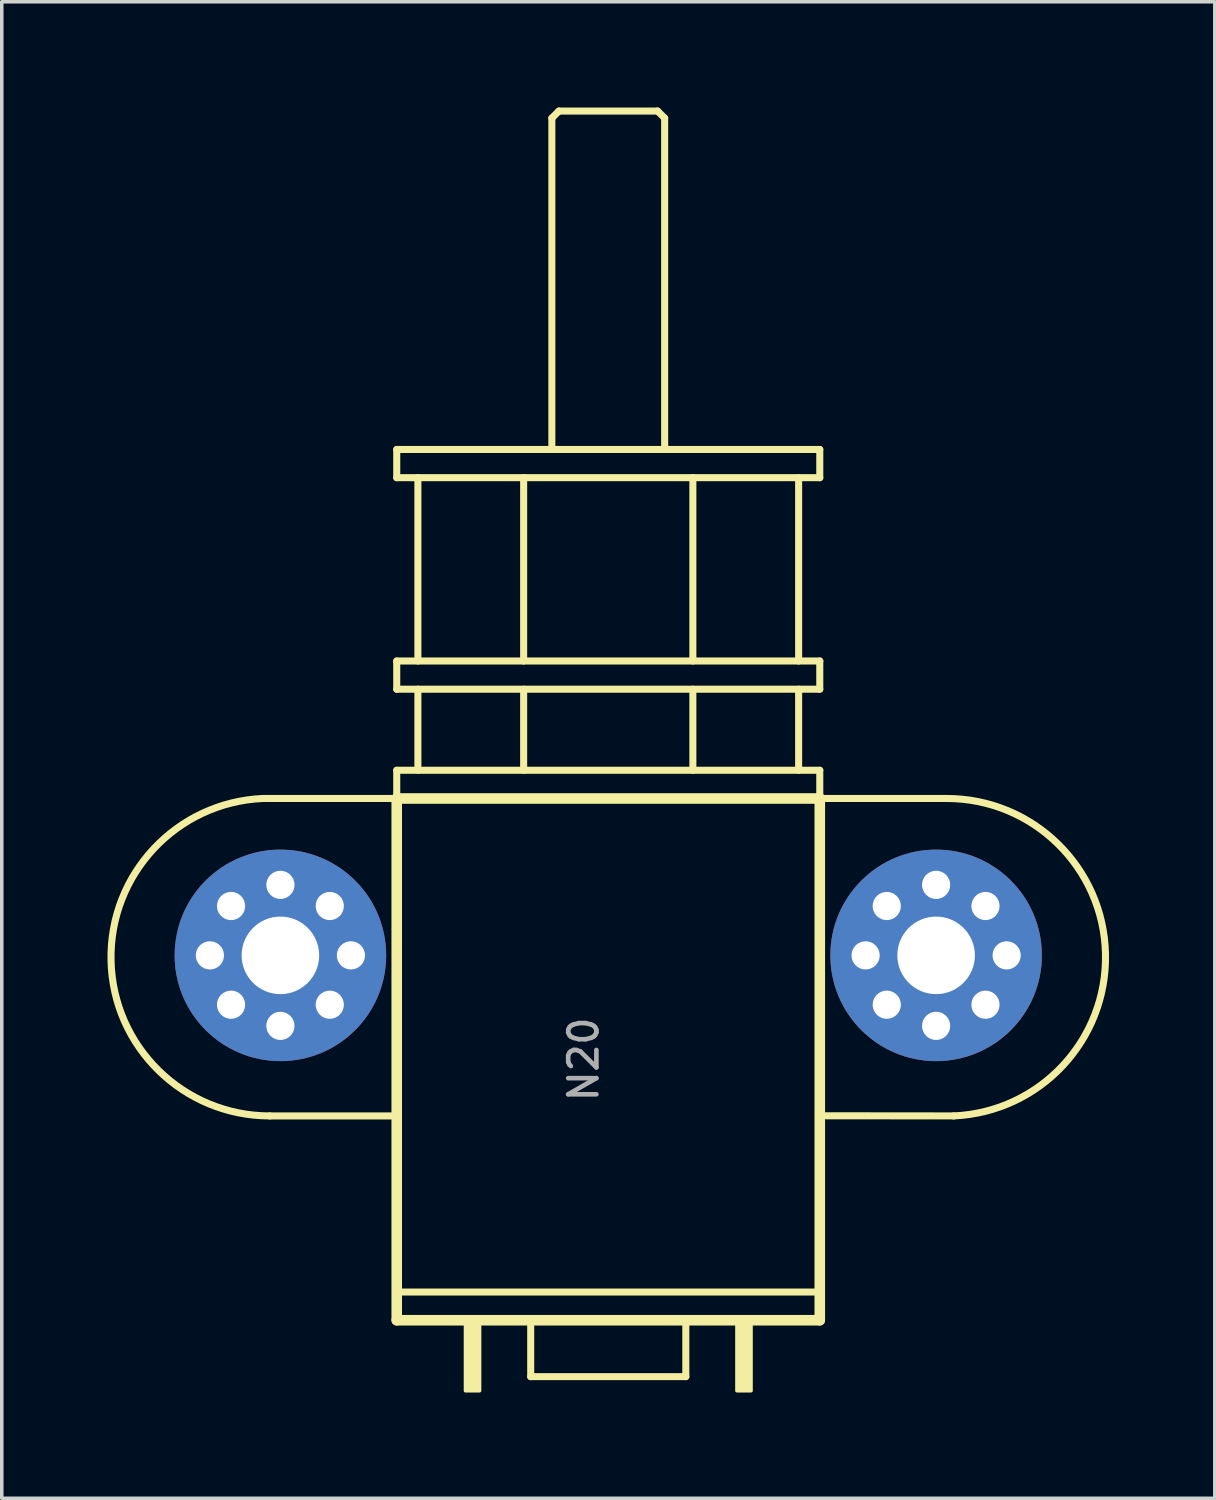
<source format=kicad_pcb>
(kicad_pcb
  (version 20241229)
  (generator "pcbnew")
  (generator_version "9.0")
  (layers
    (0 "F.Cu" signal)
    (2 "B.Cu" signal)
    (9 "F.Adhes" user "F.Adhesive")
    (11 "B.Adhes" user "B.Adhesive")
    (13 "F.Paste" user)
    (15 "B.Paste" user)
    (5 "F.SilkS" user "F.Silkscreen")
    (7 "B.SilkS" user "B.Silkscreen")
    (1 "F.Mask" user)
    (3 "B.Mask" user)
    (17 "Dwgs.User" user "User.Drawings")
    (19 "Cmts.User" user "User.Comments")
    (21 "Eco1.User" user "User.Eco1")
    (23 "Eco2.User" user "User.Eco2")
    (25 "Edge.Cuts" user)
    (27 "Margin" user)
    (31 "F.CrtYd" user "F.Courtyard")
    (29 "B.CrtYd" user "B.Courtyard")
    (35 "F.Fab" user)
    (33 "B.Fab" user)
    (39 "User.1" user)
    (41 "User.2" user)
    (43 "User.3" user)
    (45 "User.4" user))
  (footprint "N20"
    (layer "F.Cu")
    (at 14.204 27)
    (property "Reference" "N20" (at -0.7 0 270) (layer "F.Fab") (effects (font (size 0.8 0.8) (thickness 0.13))))
    (attr through_hole)
    (fp_line (start -9.8 -7.4) (end -6 -7.4) (stroke (width 0.2) (type solid)) (layer "F.SilkS"))
    (fp_line (start -9.6 1.604) (end -6 1.604) (stroke (width 0.2) (type solid)) (layer "F.SilkS"))
    (fp_line (start -6 -16.5) (end -6 -17.3) (stroke (width 0.2) (type solid)) (layer "F.SilkS"))
    (fp_line (start -6 -10.5) (end -6 -11.3) (stroke (width 0.2) (type solid)) (layer "F.SilkS"))
    (fp_line (start -6 -7.4) (end -6 -8.2) (stroke (width 0.2) (type solid)) (layer "F.SilkS"))
    (fp_line (start -6 -7.4) (end -6 7.4) (stroke (width 0.3) (type solid)) (layer "F.SilkS"))
    (fp_line (start -6 -7.4) (end 6 -7.4) (stroke (width 0.3) (type solid)) (layer "F.SilkS"))
    (fp_line (start -6 6.6) (end 6 6.6) (stroke (width 0.2) (type solid)) (layer "F.SilkS"))
    (fp_line (start -6 7.4) (end 6 7.4) (stroke (width 0.3) (type solid)) (layer "F.SilkS"))
    (fp_line (start -5.4 -16.5) (end -5.4 -11.3) (stroke (width 0.2) (type solid)) (layer "F.SilkS"))
    (fp_line (start -5.4 -10.5) (end -5.4 -8.2) (stroke (width 0.2) (type solid)) (layer "F.SilkS"))
    (fp_line (start -2.4 -16.5) (end -2.4 -11.3) (stroke (width 0.2) (type solid)) (layer "F.SilkS"))
    (fp_line (start -2.4 -10.5) (end -2.4 -8.2) (stroke (width 0.2) (type solid)) (layer "F.SilkS"))
    (fp_line (start -2.2 9) (end -2.2 7.4) (stroke (width 0.2) (type solid)) (layer "F.SilkS"))
    (fp_line (start -2.2 9) (end 2.2 9) (stroke (width 0.2) (type solid)) (layer "F.SilkS"))
    (fp_line (start -1.6 -26.7) (end -1.6 -17.3) (stroke (width 0.2) (type solid)) (layer "F.SilkS"))
    (fp_line (start -1.4 -26.9) (end -1.6 -26.7) (stroke (width 0.2) (type solid)) (layer "F.SilkS"))
    (fp_line (start -1.4 -26.9) (end 1.4 -26.9) (stroke (width 0.2) (type solid)) (layer "F.SilkS"))
    (fp_line (start 1.6 -26.7) (end 1.4 -26.9) (stroke (width 0.2) (type solid)) (layer "F.SilkS"))
    (fp_line (start 1.6 -26.7) (end 1.6 -17.3) (stroke (width 0.2) (type solid)) (layer "F.SilkS"))
    (fp_line (start 2.2 9) (end 2.2 7.4) (stroke (width 0.2) (type solid)) (layer "F.SilkS"))
    (fp_line (start 2.4 -16.5) (end 2.4 -11.3) (stroke (width 0.2) (type solid)) (layer "F.SilkS"))
    (fp_line (start 2.4 -10.5) (end 2.4 -8.2) (stroke (width 0.2) (type solid)) (layer "F.SilkS"))
    (fp_line (start 5.4 -16.5) (end 5.4 -11.3) (stroke (width 0.2) (type solid)) (layer "F.SilkS"))
    (fp_line (start 5.4 -10.5) (end 5.4 -8.2) (stroke (width 0.2) (type solid)) (layer "F.SilkS"))
    (fp_line (start 6 -17.3) (end -6 -17.3) (stroke (width 0.2) (type solid)) (layer "F.SilkS"))
    (fp_line (start 6 -16.5) (end -6 -16.5) (stroke (width 0.2) (type solid)) (layer "F.SilkS"))
    (fp_line (start 6 -16.5) (end 6 -17.3) (stroke (width 0.2) (type solid)) (layer "F.SilkS"))
    (fp_line (start 6 -11.3) (end -6 -11.3) (stroke (width 0.2) (type solid)) (layer "F.SilkS"))
    (fp_line (start 6 -10.5) (end -6 -10.5) (stroke (width 0.2) (type solid)) (layer "F.SilkS"))
    (fp_line (start 6 -10.5) (end 6 -11.3) (stroke (width 0.2) (type solid)) (layer "F.SilkS"))
    (fp_line (start 6 -8.2) (end -6 -8.2) (stroke (width 0.2) (type solid)) (layer "F.SilkS"))
    (fp_line (start 6 -7.4) (end 6 -8.2) (stroke (width 0.2) (type solid)) (layer "F.SilkS"))
    (fp_line (start 6 -7.4) (end 6 7.4) (stroke (width 0.3) (type solid)) (layer "F.SilkS"))
    (fp_line (start 6 -7.4) (end 9.6 -7.4) (stroke (width 0.2) (type solid)) (layer "F.SilkS"))
    (fp_line (start 6 1.6) (end 9.8 1.604) (stroke (width 0.2) (type solid)) (layer "F.SilkS"))
    (fp_arc (start -9.599798 1.604442) (mid -14.103329 -2.799874) (end -9.8 -7.4) (stroke (width 0.2) (type solid)) (layer "F.SilkS"))
    (fp_arc (start 9.599798 -7.4) (mid 14.103329 -2.995684) (end 9.8 1.604442) (stroke (width 0.2) (type solid)) (layer "F.SilkS"))
    (fp_poly (pts (xy -3.65 9.4) (xy -4.05 9.4) (xy -4.05 7.4) (xy -3.65 7.4)) (stroke (width 0.1) (type solid)) (fill yes) (layer "F.SilkS"))
    (fp_poly (pts (xy 4.05 9.4) (xy 3.65 9.4) (xy 3.65 7.4) (xy 4.05 7.4)) (stroke (width 0.1) (type solid)) (fill yes) (layer "F.SilkS"))
    (pad "" thru_hole circle (at -11.3 -2.95) (size 1 1) (drill 0.8) (layers "*.Cu" "*.Mask"))
    (pad "" thru_hole circle (at -10.7 -4.35) (size 1 1) (drill 0.8) (layers "*.Cu" "*.Mask"))
    (pad "" thru_hole circle (at -10.7 -1.55) (size 1 1) (drill 0.8) (layers "*.Cu" "*.Mask"))
    (pad "" thru_hole circle (at -9.3 -4.95) (size 1 1) (drill 0.8) (layers "*.Cu" "*.Mask"))
    (pad "" thru_hole circle (at -9.3 -2.95) (size 6 6) (drill 2.2) (layers "*.Cu" "*.Mask"))
    (pad "" thru_hole circle (at -9.3 -0.95) (size 1 1) (drill 0.8) (layers "*.Cu" "*.Mask"))
    (pad "" thru_hole circle (at -7.9 -4.35) (size 1 1) (drill 0.8) (layers "*.Cu" "*.Mask"))
    (pad "" thru_hole circle (at -7.9 -1.55) (size 1 1) (drill 0.8) (layers "*.Cu" "*.Mask"))
    (pad "" thru_hole circle (at -7.3 -2.95) (size 1 1) (drill 0.8) (layers "*.Cu" "*.Mask"))
    (pad "" thru_hole circle (at 7.3 -2.95) (size 1 1) (drill 0.8) (layers "*.Cu" "*.Mask"))
    (pad "" thru_hole circle (at 7.9 -4.35) (size 1 1) (drill 0.8) (layers "*.Cu" "*.Mask"))
    (pad "" thru_hole circle (at 7.9 -1.55) (size 1 1) (drill 0.8) (layers "*.Cu" "*.Mask"))
    (pad "" thru_hole circle (at 9.3 -4.95) (size 1 1) (drill 0.8) (layers "*.Cu" "*.Mask"))
    (pad "" thru_hole circle (at 9.3 -2.95) (size 6 6) (drill 2.2) (layers "*.Cu" "*.Mask"))
    (pad "" thru_hole circle (at 9.3 -0.95) (size 1 1) (drill 0.8) (layers "*.Cu" "*.Mask"))
    (pad "" thru_hole circle (at 10.7 -4.35) (size 1 1) (drill 0.8) (layers "*.Cu" "*.Mask"))
    (pad "" thru_hole circle (at 10.7 -1.55) (size 1 1) (drill 0.8) (layers "*.Cu" "*.Mask"))
    (pad "" thru_hole circle (at 11.3 -2.95) (size 1 1) (drill 0.8) (layers "*.Cu" "*.Mask")))
  (gr_rect
    (start -3 -3)
    (end 31.409 39.45)
    (stroke (width 0.1) (type default))
    (fill no)
    (layer "Edge.Cuts")))
</source>
